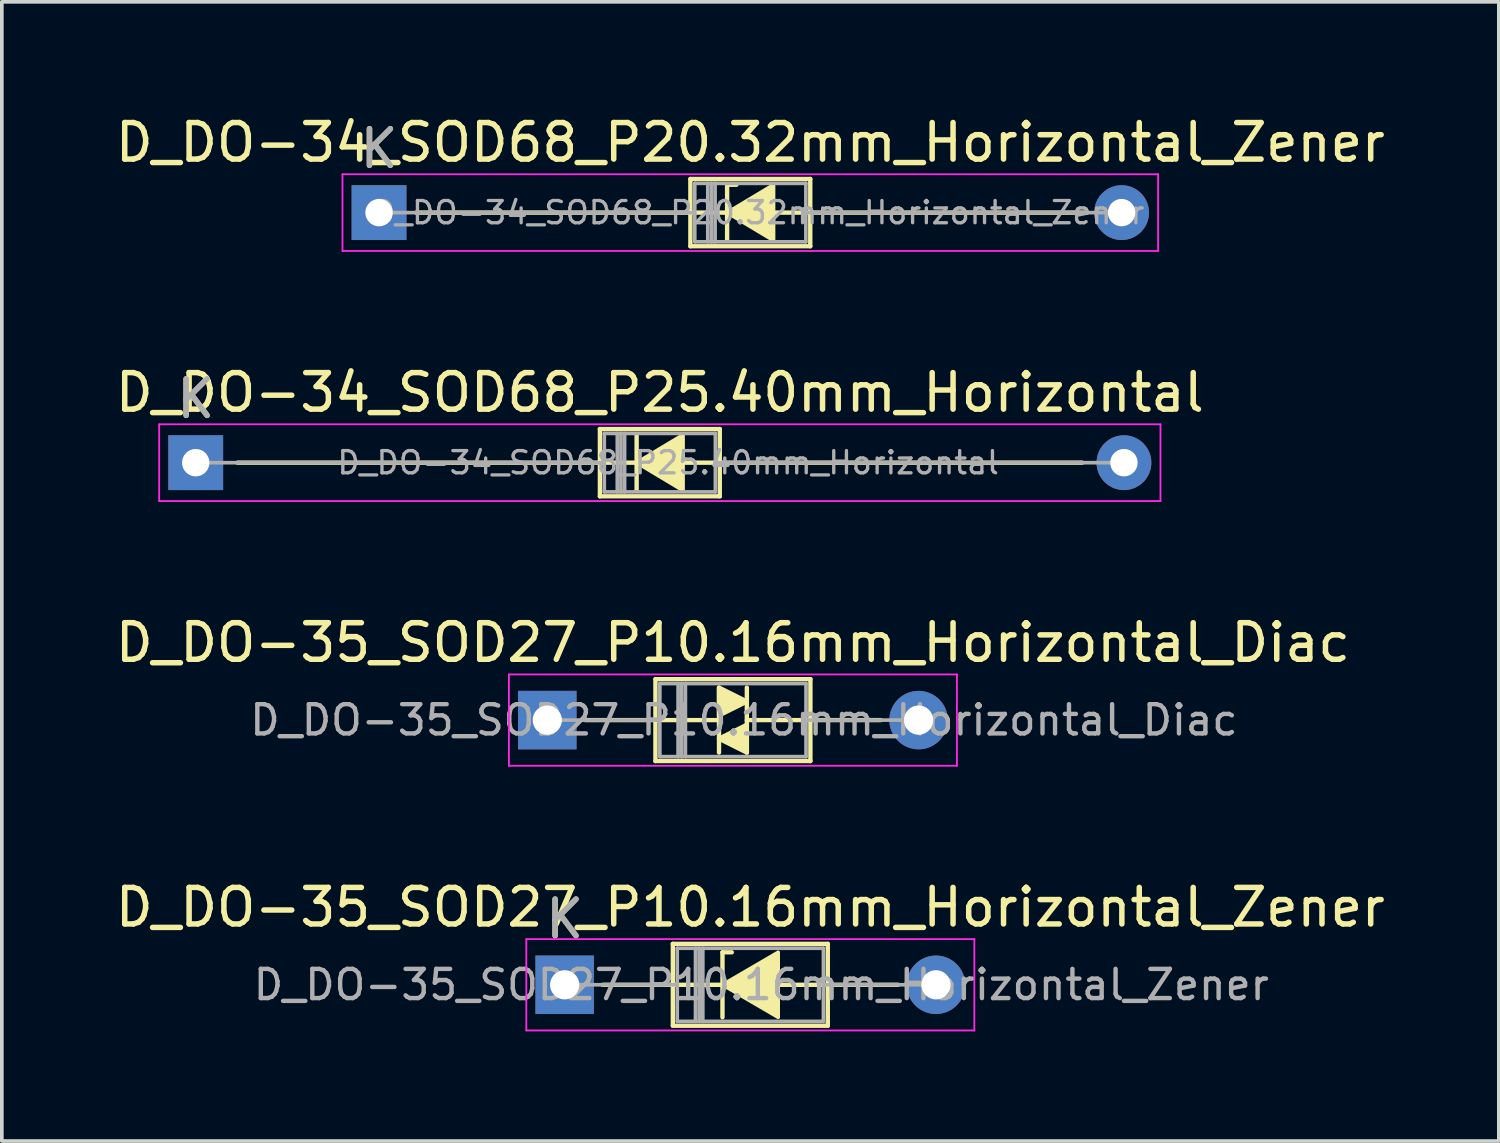
<source format=kicad_pcb>
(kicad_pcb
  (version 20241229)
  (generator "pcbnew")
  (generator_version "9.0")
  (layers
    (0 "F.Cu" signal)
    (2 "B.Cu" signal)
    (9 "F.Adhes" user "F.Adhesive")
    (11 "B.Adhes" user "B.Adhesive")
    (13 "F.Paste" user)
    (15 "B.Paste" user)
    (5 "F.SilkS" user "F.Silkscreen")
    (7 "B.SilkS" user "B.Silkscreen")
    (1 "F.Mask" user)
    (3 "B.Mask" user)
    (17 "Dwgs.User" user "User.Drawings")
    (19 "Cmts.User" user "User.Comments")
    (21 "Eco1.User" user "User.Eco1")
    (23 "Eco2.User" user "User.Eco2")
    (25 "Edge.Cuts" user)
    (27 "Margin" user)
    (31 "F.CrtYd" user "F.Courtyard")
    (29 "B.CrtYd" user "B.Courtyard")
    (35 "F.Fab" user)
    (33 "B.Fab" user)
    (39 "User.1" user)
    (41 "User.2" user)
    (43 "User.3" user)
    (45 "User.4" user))
  (footprint "D_DO-34_SOD68_P25.40mm_Horizontal"
    (layer "F.Cu")
    (at 2.306 9.611)
    (property "Reference" "D_DO-34_SOD68_P25.40mm_Horizontal" (at 12.7 -1.92 0) (layer "F.SilkS") (effects (font (size 1 1) (thickness 0.15))))
    (attr through_hole)
    (fp_line (start 1.143 0) (end 11.06 0) (stroke (width 0.12) (type solid)) (layer "F.SilkS"))
    (fp_line (start 11.06 -0.92) (end 11.06 0.92) (stroke (width 0.12) (type solid)) (layer "F.SilkS"))
    (fp_line (start 11.06 0.92) (end 14.34 0.92) (stroke (width 0.12) (type solid)) (layer "F.SilkS"))
    (fp_line (start 12.065 -0.762) (end 12.065 0.762) (stroke (width 0.12) (type solid)) (layer "F.SilkS"))
    (fp_line (start 12.15 0) (end 11.049 0) (stroke (width 0.12) (type solid)) (layer "F.SilkS"))
    (fp_line (start 13.335 0) (end 14.351 0) (stroke (width 0.12) (type solid)) (layer "F.SilkS"))
    (fp_line (start 14.34 -0.92) (end 11.06 -0.92) (stroke (width 0.12) (type solid)) (layer "F.SilkS"))
    (fp_line (start 14.34 0.92) (end 14.34 -0.92) (stroke (width 0.12) (type solid)) (layer "F.SilkS"))
    (fp_line (start 24.257 0) (end 14.34 0) (stroke (width 0.12) (type solid)) (layer "F.SilkS"))
    (fp_poly (pts (xy 13.335 0.762) (xy 12.065 0) (xy 13.335 -0.762)) (stroke (width 0.1) (type solid)) (fill yes) (layer "F.SilkS"))
    (fp_line (start -1 -1.05) (end -1 1.05) (stroke (width 0.05) (type solid)) (layer "F.CrtYd"))
    (fp_line (start -1 1.05) (end 26.4 1.05) (stroke (width 0.05) (type solid)) (layer "F.CrtYd"))
    (fp_line (start 26.4 -1.05) (end -1 -1.05) (stroke (width 0.05) (type solid)) (layer "F.CrtYd"))
    (fp_line (start 26.4 1.05) (end 26.4 -1.05) (stroke (width 0.05) (type solid)) (layer "F.CrtYd"))
    (fp_line (start 0 0) (end 11.18 0) (stroke (width 0.1) (type solid)) (layer "F.Fab"))
    (fp_line (start 11.18 -0.8) (end 11.18 0.8) (stroke (width 0.1) (type solid)) (layer "F.Fab"))
    (fp_line (start 11.18 0.8) (end 14.22 0.8) (stroke (width 0.1) (type solid)) (layer "F.Fab"))
    (fp_line (start 11.536 -0.8) (end 11.536 0.8) (stroke (width 0.1) (type solid)) (layer "F.Fab"))
    (fp_line (start 11.636 -0.8) (end 11.636 0.8) (stroke (width 0.1) (type solid)) (layer "F.Fab"))
    (fp_line (start 11.736 -0.8) (end 11.736 0.8) (stroke (width 0.1) (type solid)) (layer "F.Fab"))
    (fp_line (start 14.22 -0.8) (end 11.18 -0.8) (stroke (width 0.1) (type solid)) (layer "F.Fab"))
    (fp_line (start 14.22 0.8) (end 14.22 -0.8) (stroke (width 0.1) (type solid)) (layer "F.Fab"))
    (fp_line (start 25.4 0) (end 14.22 0) (stroke (width 0.1) (type solid)) (layer "F.Fab"))
    (fp_text user "K" (at 0 -1.75 0) (layer "F.SilkS") (effects (font (size 1 1) (thickness 0.15))))
    (fp_text user "K" (at 0 -1.75 0) (layer "F.Fab") (effects (font (size 1 1) (thickness 0.15))))
    (fp_text user "${REFERENCE}" (at 12.928 0 0) (layer "F.Fab") (effects (font (size 0.608 0.608) (thickness 0.091))))
    (pad "1" thru_hole rect (at 0 0) (size 1.5 1.5) (drill 0.75) (layers "*.Cu" "*.Mask"))
    (pad "2" thru_hole oval (at 25.4 0) (size 1.5 1.5) (drill 0.75) (layers "*.Cu" "*.Mask")))
  (footprint "D_DO-35_SOD27_P10.16mm_Horizontal_Diac"
    (layer "F.Cu")
    (at 11.926 16.655)
    (property "Reference" "D_DO-35_SOD27_P10.16mm_Horizontal_Diac" (at 5.08 -2.12 0) (layer "F.SilkS") (effects (font (size 1 1) (thickness 0.15))))
    (fp_line (start 1.04 0) (end 2.96 0) (stroke (width 0.12) (type solid)) (layer "F.SilkS"))
    (fp_line (start 2.921 0) (end 4.699 0) (stroke (width 0.12) (type solid)) (layer "F.SilkS"))
    (fp_line (start 2.96 -1.12) (end 2.96 1.12) (stroke (width 0.12) (type solid)) (layer "F.SilkS"))
    (fp_line (start 2.96 1.12) (end 7.2 1.12) (stroke (width 0.12) (type solid)) (layer "F.SilkS"))
    (fp_line (start 4.699 -0.889) (end 4.699 0.889) (stroke (width 0.12) (type solid)) (layer "F.SilkS"))
    (fp_line (start 5.461 -0.889) (end 5.461 0.889) (stroke (width 0.12) (type solid)) (layer "F.SilkS"))
    (fp_line (start 7.2 -1.12) (end 2.96 -1.12) (stroke (width 0.12) (type solid)) (layer "F.SilkS"))
    (fp_line (start 7.2 0) (end 5.461 0) (stroke (width 0.12) (type solid)) (layer "F.SilkS"))
    (fp_line (start 7.2 1.12) (end 7.2 -1.12) (stroke (width 0.12) (type solid)) (layer "F.SilkS"))
    (fp_line (start 9.12 0) (end 7.2 0) (stroke (width 0.12) (type solid)) (layer "F.SilkS"))
    (fp_poly (pts (xy 5.461 -0.508) (xy 4.699 -0.127) (xy 4.699 -0.889)) (stroke (width 0.12) (type solid)) (fill yes) (layer "F.SilkS"))
    (fp_poly (pts (xy 5.461 0.889) (xy 4.699 0.508) (xy 5.461 0.127)) (stroke (width 0.12) (type solid)) (fill yes) (layer "F.SilkS"))
    (fp_line (start -1.05 -1.25) (end -1.05 1.25) (stroke (width 0.05) (type solid)) (layer "F.CrtYd"))
    (fp_line (start -1.05 1.25) (end 11.21 1.25) (stroke (width 0.05) (type solid)) (layer "F.CrtYd"))
    (fp_line (start 11.21 -1.25) (end -1.05 -1.25) (stroke (width 0.05) (type solid)) (layer "F.CrtYd"))
    (fp_line (start 11.21 1.25) (end 11.21 -1.25) (stroke (width 0.05) (type solid)) (layer "F.CrtYd"))
    (fp_line (start 0 0) (end 3.08 0) (stroke (width 0.1) (type solid)) (layer "F.Fab"))
    (fp_line (start 3.08 -1) (end 3.08 1) (stroke (width 0.1) (type solid)) (layer "F.Fab"))
    (fp_line (start 3.08 1) (end 7.08 1) (stroke (width 0.1) (type solid)) (layer "F.Fab"))
    (fp_line (start 3.58 -1) (end 3.58 1) (stroke (width 0.1) (type solid)) (layer "F.Fab"))
    (fp_line (start 3.68 -1) (end 3.68 1) (stroke (width 0.1) (type solid)) (layer "F.Fab"))
    (fp_line (start 3.78 -1) (end 3.78 1) (stroke (width 0.1) (type solid)) (layer "F.Fab"))
    (fp_line (start 7.08 -1) (end 3.08 -1) (stroke (width 0.1) (type solid)) (layer "F.Fab"))
    (fp_line (start 7.08 1) (end 7.08 -1) (stroke (width 0.1) (type solid)) (layer "F.Fab"))
    (fp_line (start 10.16 0) (end 7.08 0) (stroke (width 0.1) (type solid)) (layer "F.Fab"))
    (fp_text user "${REFERENCE}" (at 5.38 0 0) (layer "F.Fab") (effects (font (size 0.8 0.8) (thickness 0.12))))
    (pad "1" thru_hole rect (at 0 0) (size 1.6 1.6) (drill 0.8) (layers "*.Cu" "*.Mask"))
    (pad "2" thru_hole oval (at 10.16 0) (size 1.6 1.6) (drill 0.8) (layers "*.Cu" "*.Mask")))
  (footprint "D_DO-35_SOD27_P10.16mm_Horizontal_Zener"
    (layer "F.Cu")
    (at 12.402 23.898)
    (property "Reference" "D_DO-35_SOD27_P10.16mm_Horizontal_Zener" (at 5.08 -2.12 0) (layer "F.SilkS") (effects (font (size 1 1) (thickness 0.15))))
    (attr through_hole)
    (fp_line (start 1.04 0) (end 2.96 0) (stroke (width 0.12) (type solid)) (layer "F.SilkS"))
    (fp_line (start 2.921 0) (end 4.318 0) (stroke (width 0.12) (type solid)) (layer "F.SilkS"))
    (fp_line (start 2.96 -1.12) (end 2.96 1.12) (stroke (width 0.12) (type solid)) (layer "F.SilkS"))
    (fp_line (start 2.96 1.12) (end 7.2 1.12) (stroke (width 0.12) (type solid)) (layer "F.SilkS"))
    (fp_line (start 4.318 -0.889) (end 4.318 0.889) (stroke (width 0.12) (type solid)) (layer "F.SilkS"))
    (fp_line (start 4.318 -0.889) (end 4.572 -0.889) (stroke (width 0.12) (type solid)) (layer "F.SilkS"))
    (fp_line (start 7.2 -1.12) (end 2.96 -1.12) (stroke (width 0.12) (type solid)) (layer "F.SilkS"))
    (fp_line (start 7.2 0) (end 5.905 0) (stroke (width 0.12) (type solid)) (layer "F.SilkS"))
    (fp_line (start 7.2 1.12) (end 7.2 -1.12) (stroke (width 0.12) (type solid)) (layer "F.SilkS"))
    (fp_line (start 9.12 0) (end 7.2 0) (stroke (width 0.12) (type solid)) (layer "F.SilkS"))
    (fp_poly (pts (xy 5.842 0.889) (xy 4.318 0) (xy 5.842 -0.889)) (stroke (width 0.1) (type solid)) (fill yes) (layer "F.SilkS"))
    (fp_line (start -1.05 -1.25) (end -1.05 1.25) (stroke (width 0.05) (type solid)) (layer "F.CrtYd"))
    (fp_line (start -1.05 1.25) (end 11.21 1.25) (stroke (width 0.05) (type solid)) (layer "F.CrtYd"))
    (fp_line (start 11.21 -1.25) (end -1.05 -1.25) (stroke (width 0.05) (type solid)) (layer "F.CrtYd"))
    (fp_line (start 11.21 1.25) (end 11.21 -1.25) (stroke (width 0.05) (type solid)) (layer "F.CrtYd"))
    (fp_line (start 0 0) (end 3.08 0) (stroke (width 0.1) (type solid)) (layer "F.Fab"))
    (fp_line (start 3.08 -1) (end 3.08 1) (stroke (width 0.1) (type solid)) (layer "F.Fab"))
    (fp_line (start 3.08 1) (end 7.08 1) (stroke (width 0.1) (type solid)) (layer "F.Fab"))
    (fp_line (start 3.58 -1) (end 3.58 1) (stroke (width 0.1) (type solid)) (layer "F.Fab"))
    (fp_line (start 3.68 -1) (end 3.68 1) (stroke (width 0.1) (type solid)) (layer "F.Fab"))
    (fp_line (start 3.78 -1) (end 3.78 1) (stroke (width 0.1) (type solid)) (layer "F.Fab"))
    (fp_line (start 7.08 -1) (end 3.08 -1) (stroke (width 0.1) (type solid)) (layer "F.Fab"))
    (fp_line (start 7.08 1) (end 7.08 -1) (stroke (width 0.1) (type solid)) (layer "F.Fab"))
    (fp_line (start 10.16 0) (end 7.08 0) (stroke (width 0.1) (type solid)) (layer "F.Fab"))
    (fp_text user "K" (at 0 -1.8 0) (layer "F.SilkS") (effects (font (size 1 1) (thickness 0.15))))
    (fp_text user "K" (at 0 -1.8 0) (layer "F.Fab") (effects (font (size 1 1) (thickness 0.15))))
    (fp_text user "${REFERENCE}" (at 5.38 0 0) (layer "F.Fab") (effects (font (size 0.8 0.8) (thickness 0.12))))
    (pad "1" thru_hole rect (at 0 0) (size 1.6 1.6) (drill 0.8) (layers "*.Cu" "*.Mask"))
    (pad "2" thru_hole oval (at 10.16 0) (size 1.6 1.6) (drill 0.8) (layers "*.Cu" "*.Mask")))
  (footprint "D_DO-34_SOD68_P20.32mm_Horizontal_Zener"
    (layer "F.Cu")
    (at 7.322 2.768)
    (property "Reference" "D_DO-34_SOD68_P20.32mm_Horizontal_Zener" (at 10.16 -1.92 0) (layer "F.SilkS") (effects (font (size 1 1) (thickness 0.15))))
    (attr through_hole)
    (fp_line (start 1.016 0) (end 8.52 0) (stroke (width 0.12) (type solid)) (layer "F.SilkS"))
    (fp_line (start 8.52 -0.92) (end 8.52 0.92) (stroke (width 0.12) (type solid)) (layer "F.SilkS"))
    (fp_line (start 8.52 0.92) (end 11.8 0.92) (stroke (width 0.12) (type solid)) (layer "F.SilkS"))
    (fp_line (start 9.525 -0.762) (end 9.525 0.762) (stroke (width 0.12) (type solid)) (layer "F.SilkS"))
    (fp_line (start 9.525 -0.762) (end 9.779 -0.762) (stroke (width 0.12) (type solid)) (layer "F.SilkS"))
    (fp_line (start 9.61 0) (end 8.509 0) (stroke (width 0.12) (type solid)) (layer "F.SilkS"))
    (fp_line (start 10.795 0) (end 11.811 0) (stroke (width 0.12) (type solid)) (layer "F.SilkS"))
    (fp_line (start 11.8 -0.92) (end 8.52 -0.92) (stroke (width 0.12) (type solid)) (layer "F.SilkS"))
    (fp_line (start 11.8 0.92) (end 11.8 -0.92) (stroke (width 0.12) (type solid)) (layer "F.SilkS"))
    (fp_line (start 19.304 0) (end 11.8 0) (stroke (width 0.12) (type solid)) (layer "F.SilkS"))
    (fp_poly (pts (xy 10.795 0.762) (xy 9.525 0) (xy 10.795 -0.762)) (stroke (width 0.1) (type solid)) (fill yes) (layer "F.SilkS"))
    (fp_line (start -1 -1.05) (end -1 1.05) (stroke (width 0.05) (type solid)) (layer "F.CrtYd"))
    (fp_line (start -1 1.05) (end 21.32 1.05) (stroke (width 0.05) (type solid)) (layer "F.CrtYd"))
    (fp_line (start 21.32 -1.05) (end -1 -1.05) (stroke (width 0.05) (type solid)) (layer "F.CrtYd"))
    (fp_line (start 21.32 1.05) (end 21.32 -1.05) (stroke (width 0.05) (type solid)) (layer "F.CrtYd"))
    (fp_line (start 0 0) (end 8.64 0) (stroke (width 0.1) (type solid)) (layer "F.Fab"))
    (fp_line (start 8.64 -0.8) (end 8.64 0.8) (stroke (width 0.1) (type solid)) (layer "F.Fab"))
    (fp_line (start 8.64 0.8) (end 11.68 0.8) (stroke (width 0.1) (type solid)) (layer "F.Fab"))
    (fp_line (start 8.996 -0.8) (end 8.996 0.8) (stroke (width 0.1) (type solid)) (layer "F.Fab"))
    (fp_line (start 9.096 -0.8) (end 9.096 0.8) (stroke (width 0.1) (type solid)) (layer "F.Fab"))
    (fp_line (start 9.196 -0.8) (end 9.196 0.8) (stroke (width 0.1) (type solid)) (layer "F.Fab"))
    (fp_line (start 11.68 -0.8) (end 8.64 -0.8) (stroke (width 0.1) (type solid)) (layer "F.Fab"))
    (fp_line (start 11.68 0.8) (end 11.68 -0.8) (stroke (width 0.1) (type solid)) (layer "F.Fab"))
    (fp_line (start 20.32 0) (end 11.68 0) (stroke (width 0.1) (type solid)) (layer "F.Fab"))
    (fp_text user "K" (at 0 -1.75 0) (layer "F.SilkS") (effects (font (size 1 1) (thickness 0.15))))
    (fp_text user "${REFERENCE}" (at 10.388 0 0) (layer "F.Fab") (effects (font (size 0.608 0.608) (thickness 0.091))))
    (fp_text user "K" (at 0 -1.75 0) (layer "F.Fab") (effects (font (size 1 1) (thickness 0.15))))
    (pad "1" thru_hole rect (at 0 0) (size 1.5 1.5) (drill 0.75) (layers "*.Cu" "*.Mask"))
    (pad "2" thru_hole oval (at 20.32 0) (size 1.5 1.5) (drill 0.75) (layers "*.Cu" "*.Mask")))
  (gr_rect
    (start -3 -3)
    (end 37.964 28.173)
    (stroke (width 0.1) (type default))
    (fill no)
    (layer "Edge.Cuts")))
</source>
